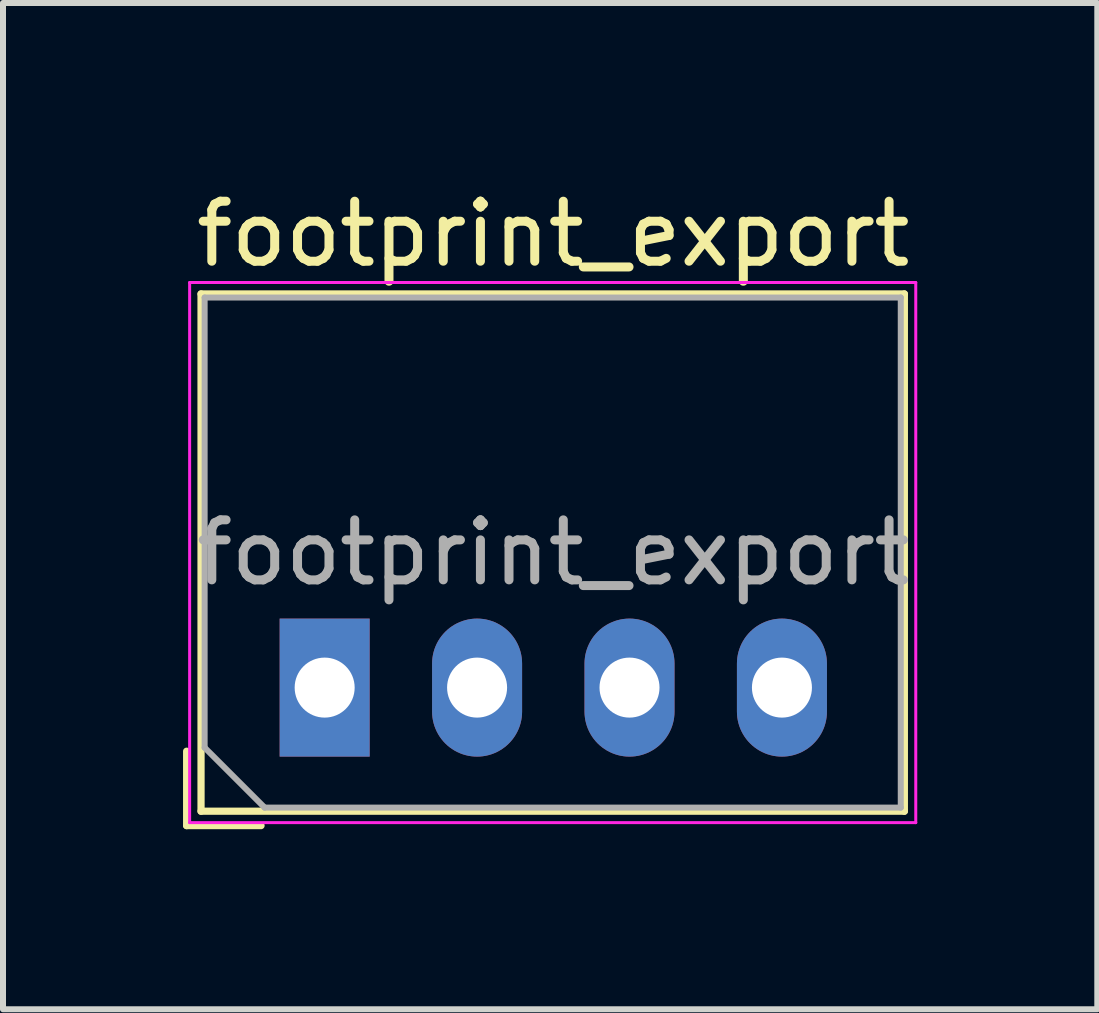
<source format=kicad_pcb>
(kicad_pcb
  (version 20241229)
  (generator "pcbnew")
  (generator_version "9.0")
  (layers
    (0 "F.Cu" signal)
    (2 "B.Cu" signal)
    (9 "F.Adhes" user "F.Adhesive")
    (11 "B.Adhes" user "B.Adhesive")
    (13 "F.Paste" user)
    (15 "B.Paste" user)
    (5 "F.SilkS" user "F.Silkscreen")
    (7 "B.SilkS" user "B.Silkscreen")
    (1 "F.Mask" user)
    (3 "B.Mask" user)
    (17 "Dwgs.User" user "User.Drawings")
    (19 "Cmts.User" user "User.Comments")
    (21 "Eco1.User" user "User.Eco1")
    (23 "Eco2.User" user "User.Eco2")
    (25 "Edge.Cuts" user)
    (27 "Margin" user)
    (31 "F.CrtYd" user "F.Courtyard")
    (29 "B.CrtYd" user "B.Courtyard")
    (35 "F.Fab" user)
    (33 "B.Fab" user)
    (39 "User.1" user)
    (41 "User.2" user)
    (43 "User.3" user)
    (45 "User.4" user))
  (footprint "footprint_export"
    (layer "F.Cu")
    (at 2.36 8.408)
    (property "Reference" "footprint_export" (at 3.81 -7.56 0) (layer "F.SilkS") (effects (font (size 1 1) (thickness 0.15))))
    (attr through_hole)
    (fp_line (start -2.3 1.06) (end -2.3 2.3) (stroke (width 0.12) (type solid)) (layer "F.SilkS"))
    (fp_line (start -2.3 2.3) (end -1.06 2.3) (stroke (width 0.12) (type solid)) (layer "F.SilkS"))
    (fp_line (start -2.06 -6.56) (end -2.06 2.06) (stroke (width 0.12) (type solid)) (layer "F.SilkS"))
    (fp_line (start -2.06 -6.56) (end 9.66 -6.56) (stroke (width 0.12) (type solid)) (layer "F.SilkS"))
    (fp_line (start -2.06 2.06) (end 9.66 2.06) (stroke (width 0.12) (type solid)) (layer "F.SilkS"))
    (fp_line (start 9.66 -6.56) (end 9.66 2.06) (stroke (width 0.12) (type solid)) (layer "F.SilkS"))
    (fp_line (start -2.25 -6.75) (end -2.25 2.25) (stroke (width 0.05) (type solid)) (layer "F.CrtYd"))
    (fp_line (start -2.25 2.25) (end 9.85 2.25) (stroke (width 0.05) (type solid)) (layer "F.CrtYd"))
    (fp_line (start 9.85 -6.75) (end -2.25 -6.75) (stroke (width 0.05) (type solid)) (layer "F.CrtYd"))
    (fp_line (start 9.85 2.25) (end 9.85 -6.75) (stroke (width 0.05) (type solid)) (layer "F.CrtYd"))
    (fp_line (start -2 -6.5) (end 9.6 -6.5) (stroke (width 0.1) (type solid)) (layer "F.Fab"))
    (fp_line (start -2 1) (end -2 -6.5) (stroke (width 0.1) (type solid)) (layer "F.Fab"))
    (fp_line (start -1 2) (end -2 1) (stroke (width 0.1) (type solid)) (layer "F.Fab"))
    (fp_line (start 9.6 -6.5) (end 9.6 2) (stroke (width 0.1) (type solid)) (layer "F.Fab"))
    (fp_line (start 9.6 2) (end -1 2) (stroke (width 0.1) (type solid)) (layer "F.Fab"))
    (fp_text user "${REFERENCE}" (at 3.81 -2.25 0) (layer "F.Fab") (effects (font (size 1 1) (thickness 0.15))))
    (pad "1" thru_hole rect (at 0 0) (size 1.5 2.3) (drill 1) (layers "*.Cu" "*.Mask"))
    (pad "2" thru_hole oval (at 2.54 0) (size 1.5 2.3) (drill 1) (layers "*.Cu" "*.Mask"))
    (pad "3" thru_hole oval (at 5.08 0) (size 1.5 2.3) (drill 1) (layers "*.Cu" "*.Mask"))
    (pad "4" thru_hole oval (at 7.62 0) (size 1.5 2.3) (drill 1) (layers "*.Cu" "*.Mask")))
  (gr_rect
    (start -3 -3)
    (end 15.235 13.768)
    (stroke (width 0.1) (type default))
    (fill no)
    (layer "Edge.Cuts")))
</source>
